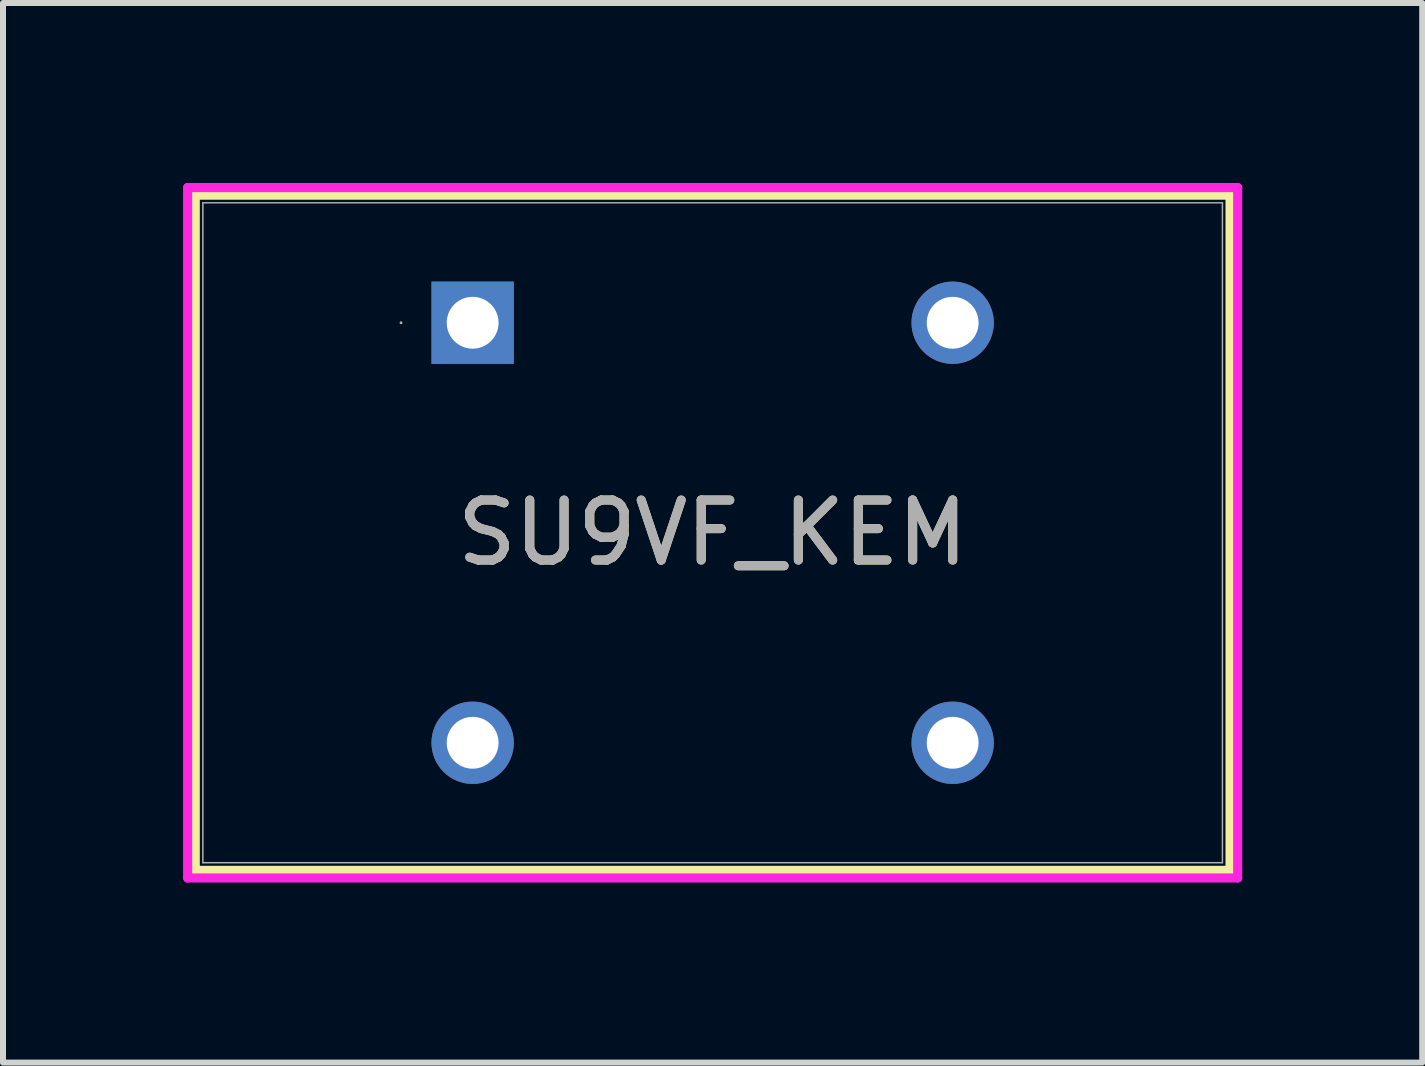
<source format=kicad_pcb>
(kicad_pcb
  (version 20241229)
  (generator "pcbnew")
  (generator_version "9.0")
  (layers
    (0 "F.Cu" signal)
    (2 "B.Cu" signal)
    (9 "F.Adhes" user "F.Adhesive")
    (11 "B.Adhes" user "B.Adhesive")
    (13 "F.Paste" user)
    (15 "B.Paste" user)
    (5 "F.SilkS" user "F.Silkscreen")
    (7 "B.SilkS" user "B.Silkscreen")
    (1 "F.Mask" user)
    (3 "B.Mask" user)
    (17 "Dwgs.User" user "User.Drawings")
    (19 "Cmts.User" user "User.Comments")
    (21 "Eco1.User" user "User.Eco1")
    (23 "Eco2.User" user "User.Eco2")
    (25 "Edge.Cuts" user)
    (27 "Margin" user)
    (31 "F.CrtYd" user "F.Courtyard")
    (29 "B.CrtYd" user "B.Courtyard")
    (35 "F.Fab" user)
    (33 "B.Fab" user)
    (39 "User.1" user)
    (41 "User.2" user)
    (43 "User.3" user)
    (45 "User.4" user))
  (footprint "SU9VF_KEM"
    (layer "F.Cu")
    (at 4.827 2.329)
    (property "Reference" "SU9VF_KEM" (at 4 3.5 0) (unlocked yes) (layer "F.SilkS") (effects (font (size 1 1) (thickness 0.15))))
    (attr through_hole)
    (fp_line (start -4.623 -2.126) (end -4.623 9.126) (stroke (width 0.152) (type solid)) (layer "F.SilkS"))
    (fp_line (start 12.623 -2.126) (end -4.623 -2.126) (stroke (width 0.152) (type solid)) (layer "F.SilkS"))
    (fp_line (start 12.623 -2.126) (end 12.623 9.126) (stroke (width 0.152) (type solid)) (layer "F.SilkS"))
    (fp_line (start 12.623 9.126) (end -4.623 9.126) (stroke (width 0.152) (type solid)) (layer "F.SilkS"))
    (fp_line (start -4.75 -2.253) (end 12.75 -2.253) (stroke (width 0.152) (type solid)) (layer "F.CrtYd"))
    (fp_line (start -4.75 9.253) (end -4.75 -2.253) (stroke (width 0.152) (type solid)) (layer "F.CrtYd"))
    (fp_line (start 12.75 -2.253) (end 12.75 9.253) (stroke (width 0.152) (type solid)) (layer "F.CrtYd"))
    (fp_line (start 12.75 9.253) (end -4.75 9.253) (stroke (width 0.152) (type solid)) (layer "F.CrtYd"))
    (fp_line (start -4.496 -1.999) (end -4.496 8.999) (stroke (width 0.025) (type solid)) (layer "F.Fab"))
    (fp_line (start 12.496 -1.999) (end -4.496 -1.999) (stroke (width 0.025) (type solid)) (layer "F.Fab"))
    (fp_line (start 12.496 -1.999) (end 12.496 8.999) (stroke (width 0.025) (type solid)) (layer "F.Fab"))
    (fp_line (start 12.496 8.999) (end -4.496 8.999) (stroke (width 0.025) (type solid)) (layer "F.Fab"))
    (fp_circle (center -1.194 0) (end -1.194 0) (stroke (width 0.025) (type solid)) (fill no) (layer "F.Fab"))
    (fp_text user "${REFERENCE}" (at 4 3.5 0) (unlocked yes) (layer "F.Fab") (effects (font (size 1 1) (thickness 0.15))))
    (pad "1" thru_hole rect (at 0 0) (size 1.372 1.372) (drill 0.864) (layers "*.Cu" "*.Mask"))
    (pad "2" thru_hole circle (at 0 7) (size 1.372 1.372) (drill 0.864) (layers "*.Cu" "*.Mask"))
    (pad "3" thru_hole circle (at 8 0) (size 1.372 1.372) (drill 0.864) (layers "*.Cu" "*.Mask"))
    (pad "4" thru_hole circle (at 8 7) (size 1.372 1.372) (drill 0.864) (layers "*.Cu" "*.Mask")))
  (gr_rect
    (start -3 -3)
    (end 20.653 14.659)
    (stroke (width 0.1) (type default))
    (fill no)
    (layer "Edge.Cuts")))
</source>
